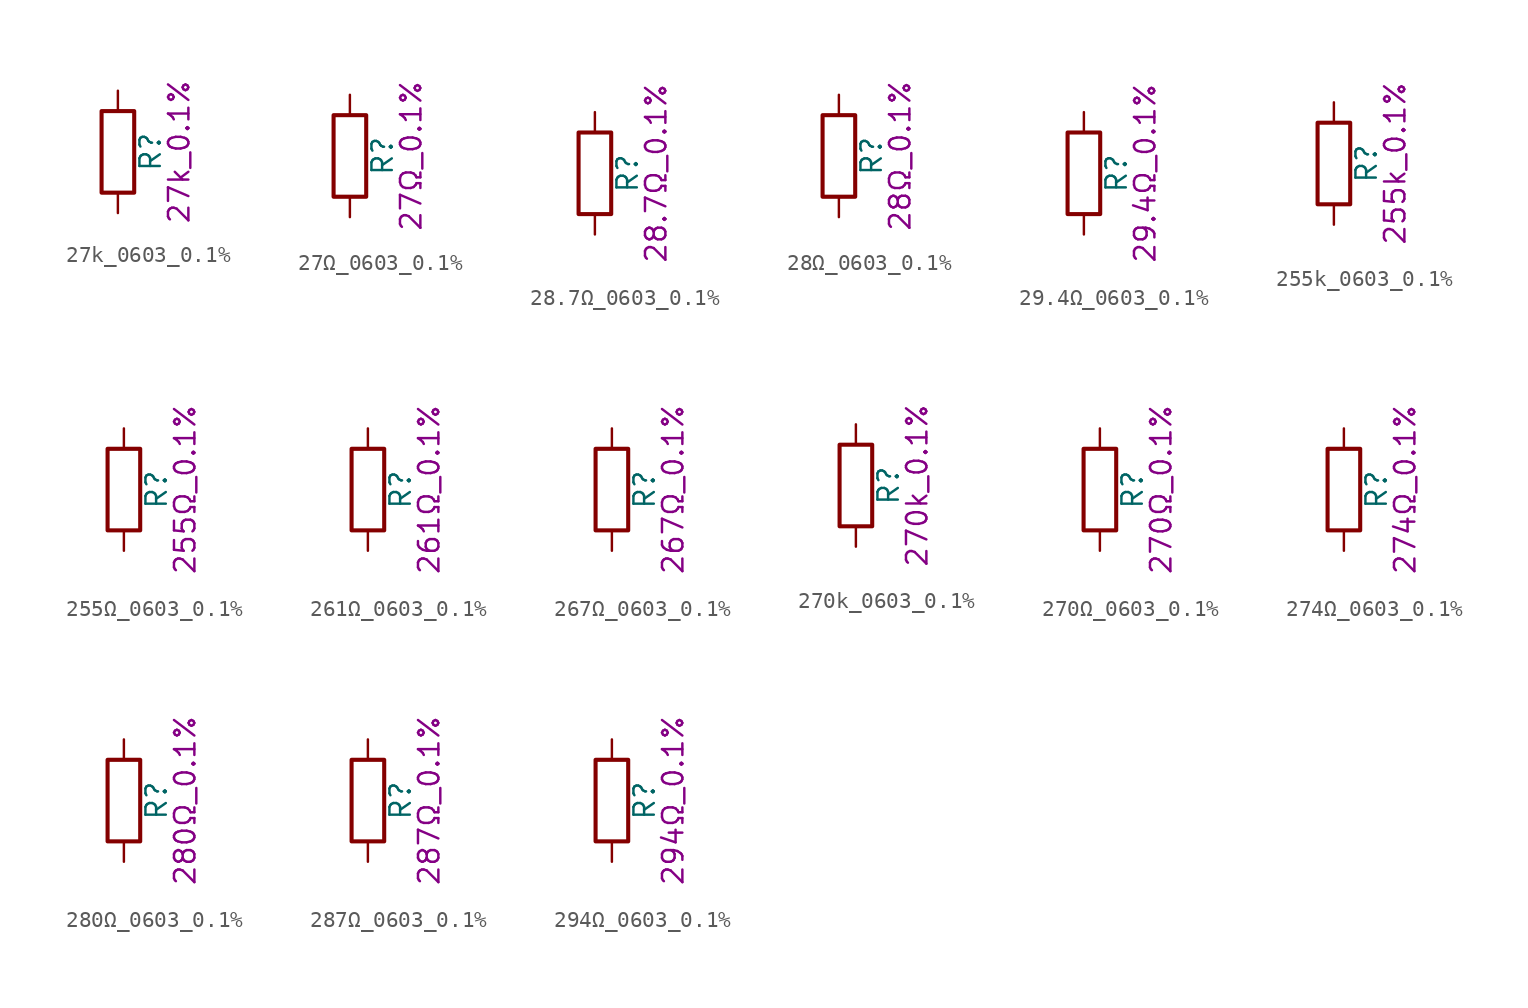
<source format=kicad_sym>
(kicad_symbol_lib
  (version 20211014)
  (generator kicad_symbol_editor)
  (symbol "27k_0603_0.1%"
    (pin_numbers hide)
    (pin_names
      (offset 0))
    (property "Reference" "R"
      (at 2.032 0 90)
      (effects (font (size 1.27 1.27))))
    (property "Display" "27k_0.1%"
      (at 3.81 0 90)
      (effects (font (size 1.27 1.27))))
    (symbol "27k_0603_0.1%_0_1"
      (rectangle (start -1.016 -2.54) (end 1.016 2.54) (stroke (width 0.254) (type default) (color 0 0 0 0)) (fill (type none))))
    (symbol "27k_0603_0.1%_1_1"
      (pin passive line (at 0 3.81 270) (length 1.27) (name "~" (effects (font (size 1.27 1.27)))) (number "1" (effects (font (size 1.27 1.27)))))
      (pin passive line (at 0 -3.81 90) (length 1.27) (name "~" (effects (font (size 1.27 1.27)))) (number "2" (effects (font (size 1.27 1.27)))))))
  (symbol "27Ω_0603_0.1%"
    (pin_numbers hide)
    (pin_names
      (offset 0))
    (property "Reference" "R"
      (at 2.032 0 90)
      (effects (font (size 1.27 1.27))))
    (property "Display" "27Ω_0.1%"
      (at 3.81 0 90)
      (effects (font (size 1.27 1.27))))
    (symbol "27Ω_0603_0.1%_0_1"
      (rectangle (start -1.016 -2.54) (end 1.016 2.54) (stroke (width 0.254) (type default) (color 0 0 0 0)) (fill (type none))))
    (symbol "27Ω_0603_0.1%_1_1"
      (pin passive line (at 0 3.81 270) (length 1.27) (name "~" (effects (font (size 1.27 1.27)))) (number "1" (effects (font (size 1.27 1.27)))))
      (pin passive line (at 0 -3.81 90) (length 1.27) (name "~" (effects (font (size 1.27 1.27)))) (number "2" (effects (font (size 1.27 1.27)))))))
  (symbol "28.7Ω_0603_0.1%"
    (pin_numbers hide)
    (pin_names
      (offset 0))
    (property "Reference" "R"
      (at 2.032 0 90)
      (effects (font (size 1.27 1.27))))
    (property "Display" "28.7Ω_0.1%"
      (at 3.81 0 90)
      (effects (font (size 1.27 1.27))))
    (symbol "28.7Ω_0603_0.1%_0_1"
      (rectangle (start -1.016 -2.54) (end 1.016 2.54) (stroke (width 0.254) (type default) (color 0 0 0 0)) (fill (type none))))
    (symbol "28.7Ω_0603_0.1%_1_1"
      (pin passive line (at 0 3.81 270) (length 1.27) (name "~" (effects (font (size 1.27 1.27)))) (number "1" (effects (font (size 1.27 1.27)))))
      (pin passive line (at 0 -3.81 90) (length 1.27) (name "~" (effects (font (size 1.27 1.27)))) (number "2" (effects (font (size 1.27 1.27)))))))
  (symbol "28Ω_0603_0.1%"
    (pin_numbers hide)
    (pin_names
      (offset 0))
    (property "Reference" "R"
      (at 2.032 0 90)
      (effects (font (size 1.27 1.27))))
    (property "Display" "28Ω_0.1%"
      (at 3.81 0 90)
      (effects (font (size 1.27 1.27))))
    (symbol "28Ω_0603_0.1%_0_1"
      (rectangle (start -1.016 -2.54) (end 1.016 2.54) (stroke (width 0.254) (type default) (color 0 0 0 0)) (fill (type none))))
    (symbol "28Ω_0603_0.1%_1_1"
      (pin passive line (at 0 3.81 270) (length 1.27) (name "~" (effects (font (size 1.27 1.27)))) (number "1" (effects (font (size 1.27 1.27)))))
      (pin passive line (at 0 -3.81 90) (length 1.27) (name "~" (effects (font (size 1.27 1.27)))) (number "2" (effects (font (size 1.27 1.27)))))))
  (symbol "29.4Ω_0603_0.1%"
    (pin_numbers hide)
    (pin_names
      (offset 0))
    (property "Reference" "R"
      (at 2.032 0 90)
      (effects (font (size 1.27 1.27))))
    (property "Display" "29.4Ω_0.1%"
      (at 3.81 0 90)
      (effects (font (size 1.27 1.27))))
    (symbol "29.4Ω_0603_0.1%_0_1"
      (rectangle (start -1.016 -2.54) (end 1.016 2.54) (stroke (width 0.254) (type default) (color 0 0 0 0)) (fill (type none))))
    (symbol "29.4Ω_0603_0.1%_1_1"
      (pin passive line (at 0 3.81 270) (length 1.27) (name "~" (effects (font (size 1.27 1.27)))) (number "1" (effects (font (size 1.27 1.27)))))
      (pin passive line (at 0 -3.81 90) (length 1.27) (name "~" (effects (font (size 1.27 1.27)))) (number "2" (effects (font (size 1.27 1.27)))))))
  (symbol "255k_0603_0.1%"
    (pin_numbers hide)
    (pin_names
      (offset 0))
    (property "Reference" "R"
      (at 2.032 0 90)
      (effects (font (size 1.27 1.27))))
    (property "Display" "255k_0.1%"
      (at 3.81 0 90)
      (effects (font (size 1.27 1.27))))
    (symbol "255k_0603_0.1%_0_1"
      (rectangle (start -1.016 -2.54) (end 1.016 2.54) (stroke (width 0.254) (type default) (color 0 0 0 0)) (fill (type none))))
    (symbol "255k_0603_0.1%_1_1"
      (pin passive line (at 0 3.81 270) (length 1.27) (name "~" (effects (font (size 1.27 1.27)))) (number "1" (effects (font (size 1.27 1.27)))))
      (pin passive line (at 0 -3.81 90) (length 1.27) (name "~" (effects (font (size 1.27 1.27)))) (number "2" (effects (font (size 1.27 1.27)))))))
  (symbol "255Ω_0603_0.1%"
    (pin_numbers hide)
    (pin_names
      (offset 0))
    (property "Reference" "R"
      (at 2.032 0 90)
      (effects (font (size 1.27 1.27))))
    (property "Display" "255Ω_0.1%"
      (at 3.81 0 90)
      (effects (font (size 1.27 1.27))))
    (symbol "255Ω_0603_0.1%_0_1"
      (rectangle (start -1.016 -2.54) (end 1.016 2.54) (stroke (width 0.254) (type default) (color 0 0 0 0)) (fill (type none))))
    (symbol "255Ω_0603_0.1%_1_1"
      (pin passive line (at 0 3.81 270) (length 1.27) (name "~" (effects (font (size 1.27 1.27)))) (number "1" (effects (font (size 1.27 1.27)))))
      (pin passive line (at 0 -3.81 90) (length 1.27) (name "~" (effects (font (size 1.27 1.27)))) (number "2" (effects (font (size 1.27 1.27)))))))
  (symbol "261Ω_0603_0.1%"
    (pin_numbers hide)
    (pin_names
      (offset 0))
    (property "Reference" "R"
      (at 2.032 0 90)
      (effects (font (size 1.27 1.27))))
    (property "Display" "261Ω_0.1%"
      (at 3.81 0 90)
      (effects (font (size 1.27 1.27))))
    (symbol "261Ω_0603_0.1%_0_1"
      (rectangle (start -1.016 -2.54) (end 1.016 2.54) (stroke (width 0.254) (type default) (color 0 0 0 0)) (fill (type none))))
    (symbol "261Ω_0603_0.1%_1_1"
      (pin passive line (at 0 3.81 270) (length 1.27) (name "~" (effects (font (size 1.27 1.27)))) (number "1" (effects (font (size 1.27 1.27)))))
      (pin passive line (at 0 -3.81 90) (length 1.27) (name "~" (effects (font (size 1.27 1.27)))) (number "2" (effects (font (size 1.27 1.27)))))))
  (symbol "267Ω_0603_0.1%"
    (pin_numbers hide)
    (pin_names
      (offset 0))
    (property "Reference" "R"
      (at 2.032 0 90)
      (effects (font (size 1.27 1.27))))
    (property "Display" "267Ω_0.1%"
      (at 3.81 0 90)
      (effects (font (size 1.27 1.27))))
    (symbol "267Ω_0603_0.1%_0_1"
      (rectangle (start -1.016 -2.54) (end 1.016 2.54) (stroke (width 0.254) (type default) (color 0 0 0 0)) (fill (type none))))
    (symbol "267Ω_0603_0.1%_1_1"
      (pin passive line (at 0 3.81 270) (length 1.27) (name "~" (effects (font (size 1.27 1.27)))) (number "1" (effects (font (size 1.27 1.27)))))
      (pin passive line (at 0 -3.81 90) (length 1.27) (name "~" (effects (font (size 1.27 1.27)))) (number "2" (effects (font (size 1.27 1.27)))))))
  (symbol "270k_0603_0.1%"
    (pin_numbers hide)
    (pin_names
      (offset 0))
    (property "Reference" "R"
      (at 2.032 0 90)
      (effects (font (size 1.27 1.27))))
    (property "Display" "270k_0.1%"
      (at 3.81 0 90)
      (effects (font (size 1.27 1.27))))
    (symbol "270k_0603_0.1%_0_1"
      (rectangle (start -1.016 -2.54) (end 1.016 2.54) (stroke (width 0.254) (type default) (color 0 0 0 0)) (fill (type none))))
    (symbol "270k_0603_0.1%_1_1"
      (pin passive line (at 0 3.81 270) (length 1.27) (name "~" (effects (font (size 1.27 1.27)))) (number "1" (effects (font (size 1.27 1.27)))))
      (pin passive line (at 0 -3.81 90) (length 1.27) (name "~" (effects (font (size 1.27 1.27)))) (number "2" (effects (font (size 1.27 1.27)))))))
  (symbol "270Ω_0603_0.1%"
    (pin_numbers hide)
    (pin_names
      (offset 0))
    (property "Reference" "R"
      (at 2.032 0 90)
      (effects (font (size 1.27 1.27))))
    (property "Display" "270Ω_0.1%"
      (at 3.81 0 90)
      (effects (font (size 1.27 1.27))))
    (symbol "270Ω_0603_0.1%_0_1"
      (rectangle (start -1.016 -2.54) (end 1.016 2.54) (stroke (width 0.254) (type default) (color 0 0 0 0)) (fill (type none))))
    (symbol "270Ω_0603_0.1%_1_1"
      (pin passive line (at 0 3.81 270) (length 1.27) (name "~" (effects (font (size 1.27 1.27)))) (number "1" (effects (font (size 1.27 1.27)))))
      (pin passive line (at 0 -3.81 90) (length 1.27) (name "~" (effects (font (size 1.27 1.27)))) (number "2" (effects (font (size 1.27 1.27)))))))
  (symbol "274Ω_0603_0.1%"
    (pin_numbers hide)
    (pin_names
      (offset 0))
    (property "Reference" "R"
      (at 2.032 0 90)
      (effects (font (size 1.27 1.27))))
    (property "Display" "274Ω_0.1%"
      (at 3.81 0 90)
      (effects (font (size 1.27 1.27))))
    (symbol "274Ω_0603_0.1%_0_1"
      (rectangle (start -1.016 -2.54) (end 1.016 2.54) (stroke (width 0.254) (type default) (color 0 0 0 0)) (fill (type none))))
    (symbol "274Ω_0603_0.1%_1_1"
      (pin passive line (at 0 3.81 270) (length 1.27) (name "~" (effects (font (size 1.27 1.27)))) (number "1" (effects (font (size 1.27 1.27)))))
      (pin passive line (at 0 -3.81 90) (length 1.27) (name "~" (effects (font (size 1.27 1.27)))) (number "2" (effects (font (size 1.27 1.27)))))))
  (symbol "280Ω_0603_0.1%"
    (pin_numbers hide)
    (pin_names
      (offset 0))
    (property "Reference" "R"
      (at 2.032 0 90)
      (effects (font (size 1.27 1.27))))
    (property "Display" "280Ω_0.1%"
      (at 3.81 0 90)
      (effects (font (size 1.27 1.27))))
    (symbol "280Ω_0603_0.1%_0_1"
      (rectangle (start -1.016 -2.54) (end 1.016 2.54) (stroke (width 0.254) (type default) (color 0 0 0 0)) (fill (type none))))
    (symbol "280Ω_0603_0.1%_1_1"
      (pin passive line (at 0 3.81 270) (length 1.27) (name "~" (effects (font (size 1.27 1.27)))) (number "1" (effects (font (size 1.27 1.27)))))
      (pin passive line (at 0 -3.81 90) (length 1.27) (name "~" (effects (font (size 1.27 1.27)))) (number "2" (effects (font (size 1.27 1.27)))))))
  (symbol "287Ω_0603_0.1%"
    (pin_numbers hide)
    (pin_names
      (offset 0))
    (property "Reference" "R"
      (at 2.032 0 90)
      (effects (font (size 1.27 1.27))))
    (property "Display" "287Ω_0.1%"
      (at 3.81 0 90)
      (effects (font (size 1.27 1.27))))
    (symbol "287Ω_0603_0.1%_0_1"
      (rectangle (start -1.016 -2.54) (end 1.016 2.54) (stroke (width 0.254) (type default) (color 0 0 0 0)) (fill (type none))))
    (symbol "287Ω_0603_0.1%_1_1"
      (pin passive line (at 0 3.81 270) (length 1.27) (name "~" (effects (font (size 1.27 1.27)))) (number "1" (effects (font (size 1.27 1.27)))))
      (pin passive line (at 0 -3.81 90) (length 1.27) (name "~" (effects (font (size 1.27 1.27)))) (number "2" (effects (font (size 1.27 1.27)))))))
  (symbol "294Ω_0603_0.1%"
    (pin_numbers hide)
    (pin_names
      (offset 0))
    (property "Reference" "R"
      (at 2.032 0 90)
      (effects (font (size 1.27 1.27))))
    (property "Display" "294Ω_0.1%"
      (at 3.81 0 90)
      (effects (font (size 1.27 1.27))))
    (symbol "294Ω_0603_0.1%_0_1"
      (rectangle (start -1.016 -2.54) (end 1.016 2.54) (stroke (width 0.254) (type default) (color 0 0 0 0)) (fill (type none))))
    (symbol "294Ω_0603_0.1%_1_1"
      (pin passive line (at 0 3.81 270) (length 1.27) (name "~" (effects (font (size 1.27 1.27)))) (number "1" (effects (font (size 1.27 1.27)))))
      (pin passive line (at 0 -3.81 90) (length 1.27) (name "~" (effects (font (size 1.27 1.27)))) (number "2" (effects (font (size 1.27 1.27))))))))
</source>
